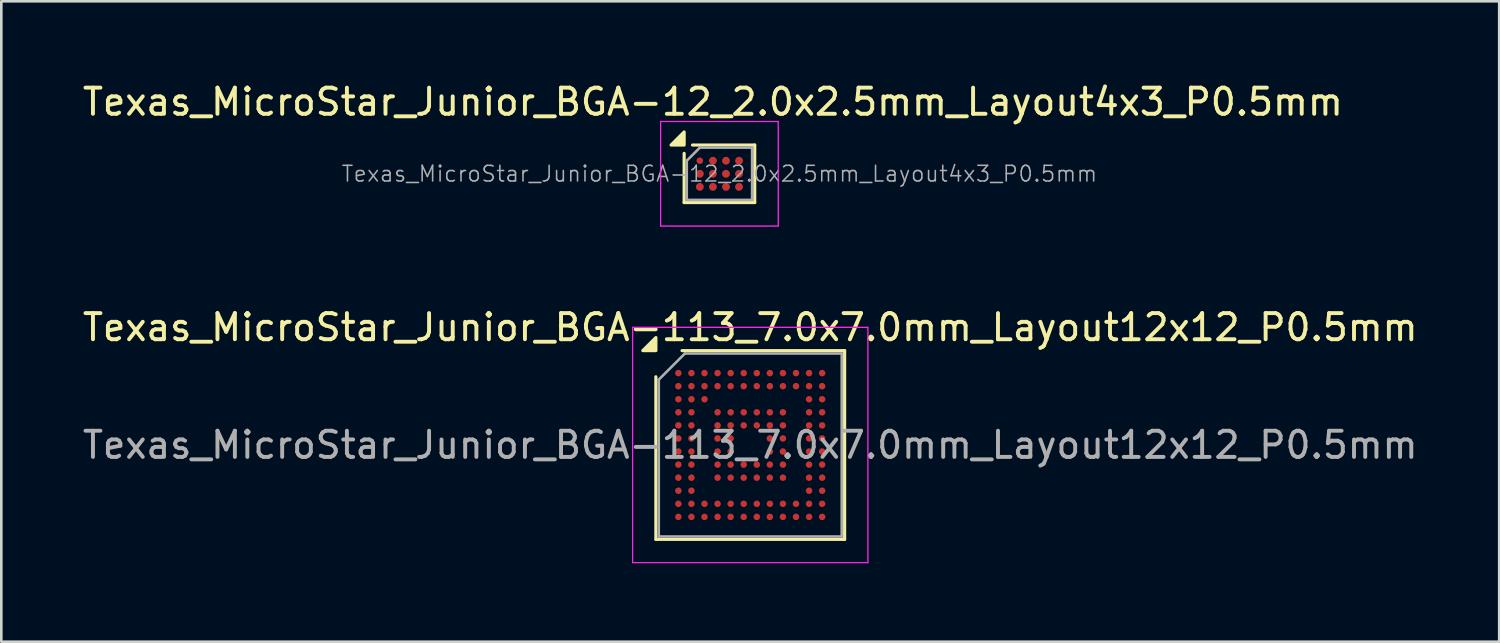
<source format=kicad_pcb>
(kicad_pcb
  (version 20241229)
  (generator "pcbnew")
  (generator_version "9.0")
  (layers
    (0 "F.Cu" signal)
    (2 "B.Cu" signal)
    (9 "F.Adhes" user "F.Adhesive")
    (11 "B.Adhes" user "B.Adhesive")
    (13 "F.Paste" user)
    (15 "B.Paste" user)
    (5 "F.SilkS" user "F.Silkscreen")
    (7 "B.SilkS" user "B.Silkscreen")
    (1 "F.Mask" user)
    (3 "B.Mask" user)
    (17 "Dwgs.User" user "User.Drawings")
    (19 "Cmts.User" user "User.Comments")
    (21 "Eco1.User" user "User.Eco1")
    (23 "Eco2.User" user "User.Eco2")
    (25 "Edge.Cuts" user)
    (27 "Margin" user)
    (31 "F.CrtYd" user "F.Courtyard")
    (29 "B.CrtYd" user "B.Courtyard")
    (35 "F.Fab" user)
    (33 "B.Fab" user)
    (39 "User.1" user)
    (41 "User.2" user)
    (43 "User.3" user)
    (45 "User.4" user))
  (footprint "Texas_MicroStar_Junior_BGA-12_2.0x2.5mm_Layout4x3_P0.5mm"
    (layer "F.Cu")
    (at 24.47 3.598)
    (property "Reference" "Texas_MicroStar_Junior_BGA-12_2.0x2.5mm_Layout4x3_P0.5mm" (at -0.25 -2.75 0) (layer "F.SilkS") (effects (font (size 1 1) (thickness 0.15))))
    (attr smd)
    (fp_line (start -1.35 1.1) (end -1.35 -0.78) (stroke (width 0.12) (type solid)) (layer "F.SilkS"))
    (fp_line (start -1.35 1.1) (end 1.35 1.1) (stroke (width 0.12) (type solid)) (layer "F.SilkS"))
    (fp_line (start -1.03 -1.1) (end 1.35 -1.1) (stroke (width 0.12) (type solid)) (layer "F.SilkS"))
    (fp_line (start 1.35 -1.1) (end 1.35 1.1) (stroke (width 0.12) (type solid)) (layer "F.SilkS"))
    (fp_poly (pts (xy -1.35 -1.1) (xy -1.85 -1.1) (xy -1.35 -1.6) (xy -1.35 -1.1)) (stroke (width 0.12) (type solid)) (fill yes) (layer "F.SilkS"))
    (fp_line (start -2.25 -2) (end 2.25 -2) (stroke (width 0.05) (type solid)) (layer "F.CrtYd"))
    (fp_line (start -2.25 2) (end -2.25 -2) (stroke (width 0.05) (type solid)) (layer "F.CrtYd"))
    (fp_line (start 2.25 -2) (end 2.25 2) (stroke (width 0.05) (type solid)) (layer "F.CrtYd"))
    (fp_line (start 2.25 2) (end -2.25 2) (stroke (width 0.05) (type solid)) (layer "F.CrtYd"))
    (fp_line (start -1.25 1) (end -1.25 -0.5) (stroke (width 0.1) (type solid)) (layer "F.Fab"))
    (fp_line (start -0.75 -1) (end -1.25 -0.5) (stroke (width 0.1) (type solid)) (layer "F.Fab"))
    (fp_line (start -0.75 -1) (end 1.25 -1) (stroke (width 0.1) (type solid)) (layer "F.Fab"))
    (fp_line (start 1.25 -1) (end 1.25 1) (stroke (width 0.1) (type solid)) (layer "F.Fab"))
    (fp_line (start 1.25 1) (end -1.25 1) (stroke (width 0.1) (type solid)) (layer "F.Fab"))
    (fp_text user "${REFERENCE}" (at 0 0 0) (layer "F.Fab") (effects (font (size 0.6 0.6) (thickness 0.06))))
    (pad "A1" smd circle (at -0.75 -0.5) (size 0.25 0.25) (property pad_prop_bga) (layers "F.Cu" "F.Mask" "F.Paste"))
    (pad "A2" smd circle (at -0.25 -0.5) (size 0.3 0.3) (property pad_prop_bga) (layers "F.Cu" "F.Mask" "F.Paste"))
    (pad "A3" smd circle (at 0.25 -0.5) (size 0.3 0.3) (property pad_prop_bga) (layers "F.Cu" "F.Mask" "F.Paste"))
    (pad "A4" smd circle (at 0.75 -0.5) (size 0.3 0.3) (property pad_prop_bga) (layers "F.Cu" "F.Mask" "F.Paste"))
    (pad "B1" smd circle (at -0.75 0) (size 0.3 0.3) (property pad_prop_bga) (layers "F.Cu" "F.Mask" "F.Paste"))
    (pad "B2" smd circle (at -0.25 0) (size 0.3 0.3) (property pad_prop_bga) (layers "F.Cu" "F.Mask" "F.Paste"))
    (pad "B3" smd circle (at 0.25 0) (size 0.3 0.3) (property pad_prop_bga) (layers "F.Cu" "F.Mask" "F.Paste"))
    (pad "B4" smd circle (at 0.75 0) (size 0.3 0.3) (property pad_prop_bga) (layers "F.Cu" "F.Mask" "F.Paste"))
    (pad "C1" smd circle (at -0.75 0.5) (size 0.3 0.3) (property pad_prop_bga) (layers "F.Cu" "F.Mask" "F.Paste"))
    (pad "C2" smd circle (at -0.25 0.5) (size 0.3 0.3) (property pad_prop_bga) (layers "F.Cu" "F.Mask" "F.Paste"))
    (pad "C3" smd circle (at 0.25 0.5) (size 0.3 0.3) (property pad_prop_bga) (layers "F.Cu" "F.Mask" "F.Paste"))
    (pad "C4" smd circle (at 0.75 0.5) (size 0.3 0.3) (property pad_prop_bga) (layers "F.Cu" "F.Mask" "F.Paste")))
  (footprint "Texas_MicroStar_Junior_BGA-113_7.0x7.0mm_Layout12x12_P0.5mm"
    (layer "F.Cu")
    (at 25.649 13.972)
    (property "Reference" "Texas_MicroStar_Junior_BGA-113_7.0x7.0mm_Layout12x12_P0.5mm" (at 0 -4.5 0) (layer "F.SilkS") (effects (font (size 1 1) (thickness 0.15))))
    (attr smd)
    (fp_line (start -3.61 3.61) (end -3.61 -2.61) (stroke (width 0.12) (type solid)) (layer "F.SilkS"))
    (fp_line (start -2.61 -3.61) (end 3.61 -3.61) (stroke (width 0.12) (type solid)) (layer "F.SilkS"))
    (fp_line (start 3.61 -3.61) (end 3.61 3.61) (stroke (width 0.12) (type solid)) (layer "F.SilkS"))
    (fp_line (start 3.61 3.61) (end -3.61 3.61) (stroke (width 0.12) (type solid)) (layer "F.SilkS"))
    (fp_poly (pts (xy -3.61 -3.61) (xy -4.11 -3.61) (xy -3.61 -4.11) (xy -3.61 -3.61)) (stroke (width 0.12) (type solid)) (fill yes) (layer "F.SilkS"))
    (fp_line (start -4.5 -4.5) (end -4.5 4.5) (stroke (width 0.05) (type solid)) (layer "F.CrtYd"))
    (fp_line (start -4.5 4.5) (end 4.5 4.5) (stroke (width 0.05) (type solid)) (layer "F.CrtYd"))
    (fp_line (start 4.5 -4.5) (end -4.5 -4.5) (stroke (width 0.05) (type solid)) (layer "F.CrtYd"))
    (fp_line (start 4.5 4.5) (end 4.5 -4.5) (stroke (width 0.05) (type solid)) (layer "F.CrtYd"))
    (fp_line (start -3.5 -2.5) (end -2.5 -3.5) (stroke (width 0.1) (type solid)) (layer "F.Fab"))
    (fp_line (start -3.5 3.5) (end -3.5 -2.5) (stroke (width 0.1) (type solid)) (layer "F.Fab"))
    (fp_line (start -2.5 -3.5) (end 3.5 -3.5) (stroke (width 0.1) (type solid)) (layer "F.Fab"))
    (fp_line (start 3.5 -3.5) (end 3.5 3.5) (stroke (width 0.1) (type solid)) (layer "F.Fab"))
    (fp_line (start 3.5 3.5) (end -3.5 3.5) (stroke (width 0.1) (type solid)) (layer "F.Fab"))
    (fp_text user "${REFERENCE}" (at 0 0 0) (layer "F.Fab") (effects (font (size 1 1) (thickness 0.15))))
    (pad "A1" smd circle (at -2.75 -2.75) (size 0.25 0.25) (property pad_prop_bga) (layers "F.Cu" "F.Mask" "F.Paste"))
    (pad "A2" smd circle (at -2.25 -2.75) (size 0.25 0.25) (property pad_prop_bga) (layers "F.Cu" "F.Mask" "F.Paste"))
    (pad "A3" smd circle (at -1.75 -2.75) (size 0.25 0.25) (property pad_prop_bga) (layers "F.Cu" "F.Mask" "F.Paste"))
    (pad "A4" smd circle (at -1.25 -2.75) (size 0.25 0.25) (property pad_prop_bga) (layers "F.Cu" "F.Mask" "F.Paste"))
    (pad "A5" smd circle (at -0.75 -2.75) (size 0.25 0.25) (property pad_prop_bga) (layers "F.Cu" "F.Mask" "F.Paste"))
    (pad "A6" smd circle (at -0.25 -2.75) (size 0.25 0.25) (property pad_prop_bga) (layers "F.Cu" "F.Mask" "F.Paste"))
    (pad "A7" smd circle (at 0.25 -2.75) (size 0.25 0.25) (property pad_prop_bga) (layers "F.Cu" "F.Mask" "F.Paste"))
    (pad "A8" smd circle (at 0.75 -2.75) (size 0.25 0.25) (property pad_prop_bga) (layers "F.Cu" "F.Mask" "F.Paste"))
    (pad "A9" smd circle (at 1.25 -2.75) (size 0.25 0.25) (property pad_prop_bga) (layers "F.Cu" "F.Mask" "F.Paste"))
    (pad "A10" smd circle (at 1.75 -2.75) (size 0.25 0.25) (property pad_prop_bga) (layers "F.Cu" "F.Mask" "F.Paste"))
    (pad "A11" smd circle (at 2.25 -2.75) (size 0.25 0.25) (property pad_prop_bga) (layers "F.Cu" "F.Mask" "F.Paste"))
    (pad "A12" smd circle (at 2.75 -2.75) (size 0.25 0.25) (property pad_prop_bga) (layers "F.Cu" "F.Mask" "F.Paste"))
    (pad "B1" smd circle (at -2.75 -2.25) (size 0.25 0.25) (property pad_prop_bga) (layers "F.Cu" "F.Mask" "F.Paste"))
    (pad "B2" smd circle (at -2.25 -2.25) (size 0.25 0.25) (property pad_prop_bga) (layers "F.Cu" "F.Mask" "F.Paste"))
    (pad "B3" smd circle (at -1.75 -2.25) (size 0.25 0.25) (property pad_prop_bga) (layers "F.Cu" "F.Mask" "F.Paste"))
    (pad "B4" smd circle (at -1.25 -2.25) (size 0.25 0.25) (property pad_prop_bga) (layers "F.Cu" "F.Mask" "F.Paste"))
    (pad "B5" smd circle (at -0.75 -2.25) (size 0.25 0.25) (property pad_prop_bga) (layers "F.Cu" "F.Mask" "F.Paste"))
    (pad "B6" smd circle (at -0.25 -2.25) (size 0.25 0.25) (property pad_prop_bga) (layers "F.Cu" "F.Mask" "F.Paste"))
    (pad "B7" smd circle (at 0.25 -2.25) (size 0.25 0.25) (property pad_prop_bga) (layers "F.Cu" "F.Mask" "F.Paste"))
    (pad "B8" smd circle (at 0.75 -2.25) (size 0.25 0.25) (property pad_prop_bga) (layers "F.Cu" "F.Mask" "F.Paste"))
    (pad "B9" smd circle (at 1.25 -2.25) (size 0.25 0.25) (property pad_prop_bga) (layers "F.Cu" "F.Mask" "F.Paste"))
    (pad "B10" smd circle (at 1.75 -2.25) (size 0.25 0.25) (property pad_prop_bga) (layers "F.Cu" "F.Mask" "F.Paste"))
    (pad "B11" smd circle (at 2.25 -2.25) (size 0.25 0.25) (property pad_prop_bga) (layers "F.Cu" "F.Mask" "F.Paste"))
    (pad "B12" smd circle (at 2.75 -2.25) (size 0.25 0.25) (property pad_prop_bga) (layers "F.Cu" "F.Mask" "F.Paste"))
    (pad "C1" smd circle (at -2.75 -1.75) (size 0.25 0.25) (property pad_prop_bga) (layers "F.Cu" "F.Mask" "F.Paste"))
    (pad "C2" smd circle (at -2.25 -1.75) (size 0.25 0.25) (property pad_prop_bga) (layers "F.Cu" "F.Mask" "F.Paste"))
    (pad "C3" smd circle (at -1.75 -1.75) (size 0.25 0.25) (property pad_prop_bga) (layers "F.Cu" "F.Mask" "F.Paste"))
    (pad "C11" smd circle (at 2.25 -1.75) (size 0.25 0.25) (property pad_prop_bga) (layers "F.Cu" "F.Mask" "F.Paste"))
    (pad "C12" smd circle (at 2.75 -1.75) (size 0.25 0.25) (property pad_prop_bga) (layers "F.Cu" "F.Mask" "F.Paste"))
    (pad "D1" smd circle (at -2.75 -1.25) (size 0.25 0.25) (property pad_prop_bga) (layers "F.Cu" "F.Mask" "F.Paste"))
    (pad "D2" smd circle (at -2.25 -1.25) (size 0.25 0.25) (property pad_prop_bga) (layers "F.Cu" "F.Mask" "F.Paste"))
    (pad "D4" smd circle (at -1.25 -1.25) (size 0.25 0.25) (property pad_prop_bga) (layers "F.Cu" "F.Mask" "F.Paste"))
    (pad "D5" smd circle (at -0.75 -1.25) (size 0.25 0.25) (property pad_prop_bga) (layers "F.Cu" "F.Mask" "F.Paste"))
    (pad "D6" smd circle (at -0.25 -1.25) (size 0.25 0.25) (property pad_prop_bga) (layers "F.Cu" "F.Mask" "F.Paste"))
    (pad "D7" smd circle (at 0.25 -1.25) (size 0.25 0.25) (property pad_prop_bga) (layers "F.Cu" "F.Mask" "F.Paste"))
    (pad "D8" smd circle (at 0.75 -1.25) (size 0.25 0.25) (property pad_prop_bga) (layers "F.Cu" "F.Mask" "F.Paste"))
    (pad "D9" smd circle (at 1.25 -1.25) (size 0.25 0.25) (property pad_prop_bga) (layers "F.Cu" "F.Mask" "F.Paste"))
    (pad "D11" smd circle (at 2.25 -1.25) (size 0.25 0.25) (property pad_prop_bga) (layers "F.Cu" "F.Mask" "F.Paste"))
    (pad "D12" smd circle (at 2.75 -1.25) (size 0.25 0.25) (property pad_prop_bga) (layers "F.Cu" "F.Mask" "F.Paste"))
    (pad "E1" smd circle (at -2.75 -0.75) (size 0.25 0.25) (property pad_prop_bga) (layers "F.Cu" "F.Mask" "F.Paste"))
    (pad "E2" smd circle (at -2.25 -0.75) (size 0.25 0.25) (property pad_prop_bga) (layers "F.Cu" "F.Mask" "F.Paste"))
    (pad "E4" smd circle (at -1.25 -0.75) (size 0.25 0.25) (property pad_prop_bga) (layers "F.Cu" "F.Mask" "F.Paste"))
    (pad "E5" smd circle (at -0.75 -0.75) (size 0.25 0.25) (property pad_prop_bga) (layers "F.Cu" "F.Mask" "F.Paste"))
    (pad "E6" smd circle (at -0.25 -0.75) (size 0.25 0.25) (property pad_prop_bga) (layers "F.Cu" "F.Mask" "F.Paste"))
    (pad "E7" smd circle (at 0.25 -0.75) (size 0.25 0.25) (property pad_prop_bga) (layers "F.Cu" "F.Mask" "F.Paste"))
    (pad "E8" smd circle (at 0.75 -0.75) (size 0.25 0.25) (property pad_prop_bga) (layers "F.Cu" "F.Mask" "F.Paste"))
    (pad "E9" smd circle (at 1.25 -0.75) (size 0.25 0.25) (property pad_prop_bga) (layers "F.Cu" "F.Mask" "F.Paste"))
    (pad "E11" smd circle (at 2.25 -0.75) (size 0.25 0.25) (property pad_prop_bga) (layers "F.Cu" "F.Mask" "F.Paste"))
    (pad "E12" smd circle (at 2.75 -0.75) (size 0.25 0.25) (property pad_prop_bga) (layers "F.Cu" "F.Mask" "F.Paste"))
    (pad "F1" smd circle (at -2.75 -0.25) (size 0.25 0.25) (property pad_prop_bga) (layers "F.Cu" "F.Mask" "F.Paste"))
    (pad "F2" smd circle (at -2.25 -0.25) (size 0.25 0.25) (property pad_prop_bga) (layers "F.Cu" "F.Mask" "F.Paste"))
    (pad "F4" smd circle (at -1.25 -0.25) (size 0.25 0.25) (property pad_prop_bga) (layers "F.Cu" "F.Mask" "F.Paste"))
    (pad "F5" smd circle (at -0.75 -0.25) (size 0.25 0.25) (property pad_prop_bga) (layers "F.Cu" "F.Mask" "F.Paste"))
    (pad "F8" smd circle (at 0.75 -0.25) (size 0.25 0.25) (property pad_prop_bga) (layers "F.Cu" "F.Mask" "F.Paste"))
    (pad "F9" smd circle (at 1.25 -0.25) (size 0.25 0.25) (property pad_prop_bga) (layers "F.Cu" "F.Mask" "F.Paste"))
    (pad "F11" smd circle (at 2.25 -0.25) (size 0.25 0.25) (property pad_prop_bga) (layers "F.Cu" "F.Mask" "F.Paste"))
    (pad "F12" smd circle (at 2.75 -0.25) (size 0.25 0.25) (property pad_prop_bga) (layers "F.Cu" "F.Mask" "F.Paste"))
    (pad "G1" smd circle (at -2.75 0.25) (size 0.25 0.25) (property pad_prop_bga) (layers "F.Cu" "F.Mask" "F.Paste"))
    (pad "G2" smd circle (at -2.25 0.25) (size 0.25 0.25) (property pad_prop_bga) (layers "F.Cu" "F.Mask" "F.Paste"))
    (pad "G4" smd circle (at -1.25 0.25) (size 0.25 0.25) (property pad_prop_bga) (layers "F.Cu" "F.Mask" "F.Paste"))
    (pad "G5" smd circle (at -0.75 0.25) (size 0.25 0.25) (property pad_prop_bga) (layers "F.Cu" "F.Mask" "F.Paste"))
    (pad "G8" smd circle (at 0.75 0.25) (size 0.25 0.25) (property pad_prop_bga) (layers "F.Cu" "F.Mask" "F.Paste"))
    (pad "G9" smd circle (at 1.25 0.25) (size 0.25 0.25) (property pad_prop_bga) (layers "F.Cu" "F.Mask" "F.Paste"))
    (pad "G11" smd circle (at 2.25 0.25) (size 0.25 0.25) (property pad_prop_bga) (layers "F.Cu" "F.Mask" "F.Paste"))
    (pad "G12" smd circle (at 2.75 0.25) (size 0.25 0.25) (property pad_prop_bga) (layers "F.Cu" "F.Mask" "F.Paste"))
    (pad "H1" smd circle (at -2.75 0.75) (size 0.25 0.25) (property pad_prop_bga) (layers "F.Cu" "F.Mask" "F.Paste"))
    (pad "H2" smd circle (at -2.25 0.75) (size 0.25 0.25) (property pad_prop_bga) (layers "F.Cu" "F.Mask" "F.Paste"))
    (pad "H4" smd circle (at -1.25 0.75) (size 0.25 0.25) (property pad_prop_bga) (layers "F.Cu" "F.Mask" "F.Paste"))
    (pad "H5" smd circle (at -0.75 0.75) (size 0.25 0.25) (property pad_prop_bga) (layers "F.Cu" "F.Mask" "F.Paste"))
    (pad "H6" smd circle (at -0.25 0.75) (size 0.25 0.25) (property pad_prop_bga) (layers "F.Cu" "F.Mask" "F.Paste"))
    (pad "H7" smd circle (at 0.25 0.75) (size 0.25 0.25) (property pad_prop_bga) (layers "F.Cu" "F.Mask" "F.Paste"))
    (pad "H8" smd circle (at 0.75 0.75) (size 0.25 0.25) (property pad_prop_bga) (layers "F.Cu" "F.Mask" "F.Paste"))
    (pad "H9" smd circle (at 1.25 0.75) (size 0.25 0.25) (property pad_prop_bga) (layers "F.Cu" "F.Mask" "F.Paste"))
    (pad "H11" smd circle (at 2.25 0.75) (size 0.25 0.25) (property pad_prop_bga) (layers "F.Cu" "F.Mask" "F.Paste"))
    (pad "H12" smd circle (at 2.75 0.75) (size 0.25 0.25) (property pad_prop_bga) (layers "F.Cu" "F.Mask" "F.Paste"))
    (pad "J1" smd circle (at -2.75 1.25) (size 0.25 0.25) (property pad_prop_bga) (layers "F.Cu" "F.Mask" "F.Paste"))
    (pad "J2" smd circle (at -2.25 1.25) (size 0.25 0.25) (property pad_prop_bga) (layers "F.Cu" "F.Mask" "F.Paste"))
    (pad "J4" smd circle (at -1.25 1.25) (size 0.25 0.25) (property pad_prop_bga) (layers "F.Cu" "F.Mask" "F.Paste"))
    (pad "J5" smd circle (at -0.75 1.25) (size 0.25 0.25) (property pad_prop_bga) (layers "F.Cu" "F.Mask" "F.Paste"))
    (pad "J6" smd circle (at -0.25 1.25) (size 0.25 0.25) (property pad_prop_bga) (layers "F.Cu" "F.Mask" "F.Paste"))
    (pad "J7" smd circle (at 0.25 1.25) (size 0.25 0.25) (property pad_prop_bga) (layers "F.Cu" "F.Mask" "F.Paste"))
    (pad "J8" smd circle (at 0.75 1.25) (size 0.25 0.25) (property pad_prop_bga) (layers "F.Cu" "F.Mask" "F.Paste"))
    (pad "J9" smd circle (at 1.25 1.25) (size 0.25 0.25) (property pad_prop_bga) (layers "F.Cu" "F.Mask" "F.Paste"))
    (pad "J11" smd circle (at 2.25 1.25) (size 0.25 0.25) (property pad_prop_bga) (layers "F.Cu" "F.Mask" "F.Paste"))
    (pad "J12" smd circle (at 2.75 1.25) (size 0.25 0.25) (property pad_prop_bga) (layers "F.Cu" "F.Mask" "F.Paste"))
    (pad "K1" smd circle (at -2.75 1.75) (size 0.25 0.25) (property pad_prop_bga) (layers "F.Cu" "F.Mask" "F.Paste"))
    (pad "K2" smd circle (at -2.25 1.75) (size 0.25 0.25) (property pad_prop_bga) (layers "F.Cu" "F.Mask" "F.Paste"))
    (pad "K11" smd circle (at 2.25 1.75) (size 0.25 0.25) (property pad_prop_bga) (layers "F.Cu" "F.Mask" "F.Paste"))
    (pad "K12" smd circle (at 2.75 1.75) (size 0.25 0.25) (property pad_prop_bga) (layers "F.Cu" "F.Mask" "F.Paste"))
    (pad "L1" smd circle (at -2.75 2.25) (size 0.25 0.25) (property pad_prop_bga) (layers "F.Cu" "F.Mask" "F.Paste"))
    (pad "L2" smd circle (at -2.25 2.25) (size 0.25 0.25) (property pad_prop_bga) (layers "F.Cu" "F.Mask" "F.Paste"))
    (pad "L3" smd circle (at -1.75 2.25) (size 0.25 0.25) (property pad_prop_bga) (layers "F.Cu" "F.Mask" "F.Paste"))
    (pad "L4" smd circle (at -1.25 2.25) (size 0.25 0.25) (property pad_prop_bga) (layers "F.Cu" "F.Mask" "F.Paste"))
    (pad "L5" smd circle (at -0.75 2.25) (size 0.25 0.25) (property pad_prop_bga) (layers "F.Cu" "F.Mask" "F.Paste"))
    (pad "L6" smd circle (at -0.25 2.25) (size 0.25 0.25) (property pad_prop_bga) (layers "F.Cu" "F.Mask" "F.Paste"))
    (pad "L7" smd circle (at 0.25 2.25) (size 0.25 0.25) (property pad_prop_bga) (layers "F.Cu" "F.Mask" "F.Paste"))
    (pad "L8" smd circle (at 0.75 2.25) (size 0.25 0.25) (property pad_prop_bga) (layers "F.Cu" "F.Mask" "F.Paste"))
    (pad "L9" smd circle (at 1.25 2.25) (size 0.25 0.25) (property pad_prop_bga) (layers "F.Cu" "F.Mask" "F.Paste"))
    (pad "L10" smd circle (at 1.75 2.25) (size 0.25 0.25) (property pad_prop_bga) (layers "F.Cu" "F.Mask" "F.Paste"))
    (pad "L11" smd circle (at 2.25 2.25) (size 0.25 0.25) (property pad_prop_bga) (layers "F.Cu" "F.Mask" "F.Paste"))
    (pad "L12" smd circle (at 2.75 2.25) (size 0.25 0.25) (property pad_prop_bga) (layers "F.Cu" "F.Mask" "F.Paste"))
    (pad "M1" smd circle (at -2.75 2.75) (size 0.25 0.25) (property pad_prop_bga) (layers "F.Cu" "F.Mask" "F.Paste"))
    (pad "M2" smd circle (at -2.25 2.75) (size 0.25 0.25) (property pad_prop_bga) (layers "F.Cu" "F.Mask" "F.Paste"))
    (pad "M3" smd circle (at -1.75 2.75) (size 0.25 0.25) (property pad_prop_bga) (layers "F.Cu" "F.Mask" "F.Paste"))
    (pad "M4" smd circle (at -1.25 2.75) (size 0.25 0.25) (property pad_prop_bga) (layers "F.Cu" "F.Mask" "F.Paste"))
    (pad "M5" smd circle (at -0.75 2.75) (size 0.25 0.25) (property pad_prop_bga) (layers "F.Cu" "F.Mask" "F.Paste"))
    (pad "M6" smd circle (at -0.25 2.75) (size 0.25 0.25) (property pad_prop_bga) (layers "F.Cu" "F.Mask" "F.Paste"))
    (pad "M7" smd circle (at 0.25 2.75) (size 0.25 0.25) (property pad_prop_bga) (layers "F.Cu" "F.Mask" "F.Paste"))
    (pad "M8" smd circle (at 0.75 2.75) (size 0.25 0.25) (property pad_prop_bga) (layers "F.Cu" "F.Mask" "F.Paste"))
    (pad "M9" smd circle (at 1.25 2.75) (size 0.25 0.25) (property pad_prop_bga) (layers "F.Cu" "F.Mask" "F.Paste"))
    (pad "M10" smd circle (at 1.75 2.75) (size 0.25 0.25) (property pad_prop_bga) (layers "F.Cu" "F.Mask" "F.Paste"))
    (pad "M11" smd circle (at 2.25 2.75) (size 0.25 0.25) (property pad_prop_bga) (layers "F.Cu" "F.Mask" "F.Paste"))
    (pad "M12" smd circle (at 2.75 2.75) (size 0.25 0.25) (property pad_prop_bga) (layers "F.Cu" "F.Mask" "F.Paste")))
  (gr_rect
    (start -3 -3)
    (end 54.298 21.497)
    (stroke (width 0.1) (type default))
    (fill no)
    (layer "Edge.Cuts")))
</source>
